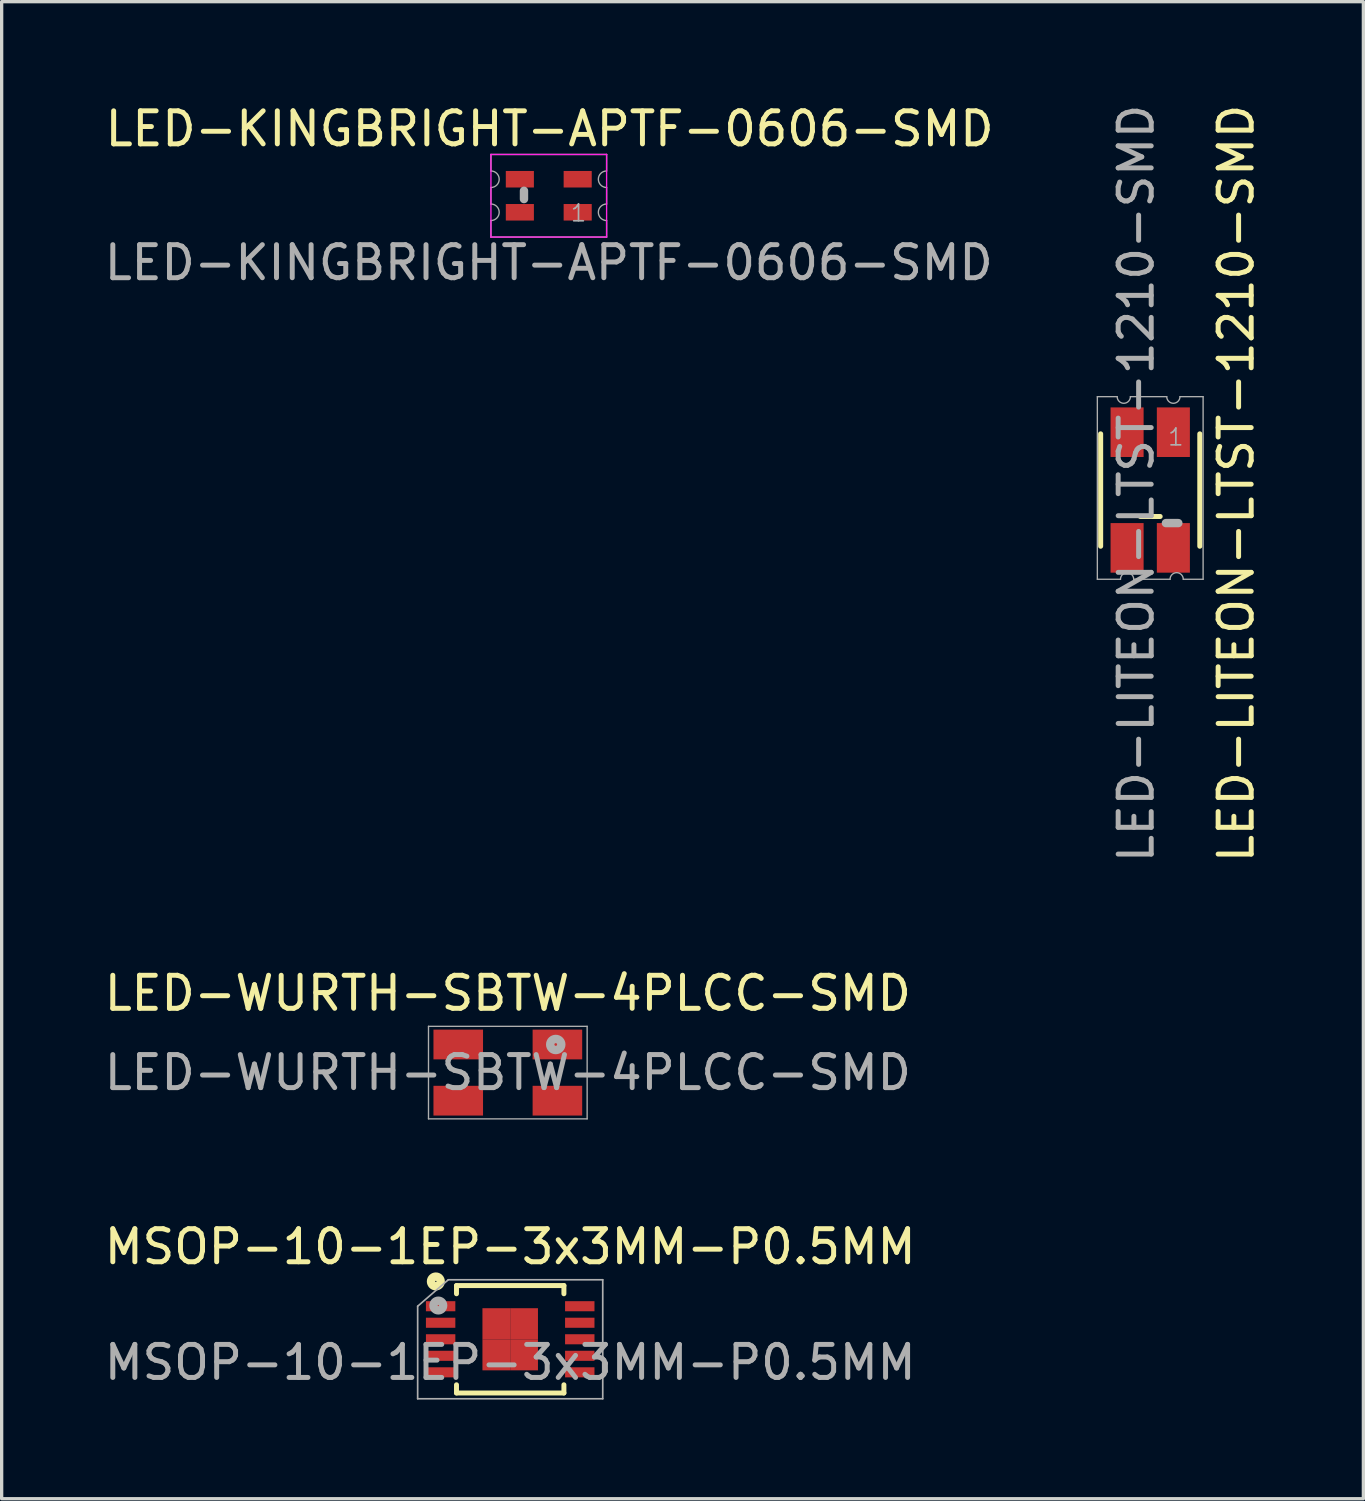
<source format=kicad_pcb>
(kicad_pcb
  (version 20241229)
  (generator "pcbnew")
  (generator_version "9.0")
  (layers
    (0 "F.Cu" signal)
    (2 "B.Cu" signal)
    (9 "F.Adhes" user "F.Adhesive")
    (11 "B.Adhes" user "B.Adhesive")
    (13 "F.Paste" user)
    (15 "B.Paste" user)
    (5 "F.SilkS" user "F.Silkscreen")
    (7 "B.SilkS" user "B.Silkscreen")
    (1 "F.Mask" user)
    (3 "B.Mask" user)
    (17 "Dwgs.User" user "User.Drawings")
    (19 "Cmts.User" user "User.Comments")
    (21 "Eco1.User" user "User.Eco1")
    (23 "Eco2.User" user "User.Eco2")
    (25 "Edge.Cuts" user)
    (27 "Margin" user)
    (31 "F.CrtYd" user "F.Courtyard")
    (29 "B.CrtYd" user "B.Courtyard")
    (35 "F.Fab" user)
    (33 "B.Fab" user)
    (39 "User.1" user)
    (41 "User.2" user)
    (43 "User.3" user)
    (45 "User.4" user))
  (footprint "LED-WURTH-SBTW-4PLCC-SMD"
    (layer "F.Cu")
    (at 12.315 29.403)
    (property "Reference" "LED-WURTH-SBTW-4PLCC-SMD" (at 0 0 0) (layer "F.Fab") (effects (font (size 1 1) (thickness 0.15))))
    (attr smd)
    (fp_line (start -2.4 -1.4) (end -2.4 1.4) (stroke (width 0.041) (type solid)) (layer "F.Fab"))
    (fp_line (start 2.4 -1.4) (end -2.4 -1.4) (stroke (width 0.041) (type solid)) (layer "F.Fab"))
    (fp_line (start 2.4 -1.4) (end 2.4 1.4) (stroke (width 0.041) (type solid)) (layer "F.Fab"))
    (fp_line (start 2.4 1.4) (end -2.4 1.4) (stroke (width 0.041) (type solid)) (layer "F.Fab"))
    (fp_circle (center 1.45 -0.85) (end 1.6 -0.775) (stroke (width 0.254) (type solid)) (fill no) (layer "F.Fab"))
    (fp_text user "${REFERENCE}" (at 0 -2.4 0) (layer "F.SilkS") (effects (font (size 1 1) (thickness 0.15))))
    (pad "1" smd rect (at 1.5 -0.85) (size 1.5 0.9) (layers "F.Cu" "F.Mask" "F.Paste"))
    (pad "2" smd rect (at 1.5 0.85) (size 1.5 0.9) (layers "F.Cu" "F.Mask" "F.Paste"))
    (pad "3" smd rect (at -1.5 -0.85) (size 1.5 0.9) (layers "F.Cu" "F.Mask" "F.Paste"))
    (pad "4" smd rect (at -1.5 0.85) (size 1.5 0.9) (layers "F.Cu" "F.Mask" "F.Paste")))
  (footprint "LED-KINGBRIGHT-APTF-0606-SMD"
    (layer "F.Cu")
    (at 13.554 2.873)
    (property "Reference" "LED-KINGBRIGHT-APTF-0606-SMD" (at 0 2.025 180) (layer "F.Fab") (effects (font (size 1 1) (thickness 0.15))))
    (attr smd)
    (fp_line (start -1.75 -1.25) (end 1.75 -1.25) (stroke (width 0.041) (type solid)) (layer "F.CrtYd"))
    (fp_line (start -1.75 1.25) (end -1.75 -1.25) (stroke (width 0.041) (type solid)) (layer "F.CrtYd"))
    (fp_line (start 1.75 -1.25) (end 1.75 1.25) (stroke (width 0.041) (type solid)) (layer "F.CrtYd"))
    (fp_line (start 1.75 1.25) (end -1.75 1.25) (stroke (width 0.041) (type solid)) (layer "F.CrtYd"))
    (fp_line (start -1.75 -1.25) (end -1.75 -0.75) (stroke (width 0.041) (type solid)) (layer "F.Fab"))
    (fp_line (start -1.75 -0.25) (end -1.75 0.25) (stroke (width 0.041) (type solid)) (layer "F.Fab"))
    (fp_line (start -1.75 0.75) (end -1.75 1.25) (stroke (width 0.041) (type solid)) (layer "F.Fab"))
    (fp_line (start -1.75 1.25) (end 1.75 1.25) (stroke (width 0.041) (type solid)) (layer "F.Fab"))
    (fp_line (start -0.75 -0.15) (end -0.75 0.1) (stroke (width 0.254) (type solid)) (layer "F.Fab"))
    (fp_line (start 1.75 -1.25) (end -1.75 -1.25) (stroke (width 0.041) (type solid)) (layer "F.Fab"))
    (fp_line (start 1.75 -0.75) (end 1.75 -1.25) (stroke (width 0.041) (type solid)) (layer "F.Fab"))
    (fp_line (start 1.75 0.25) (end 1.75 -0.25) (stroke (width 0.041) (type solid)) (layer "F.Fab"))
    (fp_line (start 1.75 1.25) (end 1.75 0.75) (stroke (width 0.041) (type solid)) (layer "F.Fab"))
    (fp_arc (start -1.75 -0.75) (mid -1.5 -0.5) (end -1.75 -0.25) (stroke (width 0.04064) (type solid)) (layer "F.Fab"))
    (fp_arc (start -1.75 0.25) (mid -1.5 0.5) (end -1.75 0.75) (stroke (width 0.04064) (type solid)) (layer "F.Fab"))
    (fp_arc (start 1.75 -0.25) (mid 1.5 -0.5) (end 1.75 -0.75) (stroke (width 0.04064) (type solid)) (layer "F.Fab"))
    (fp_arc (start 1.75 0.75) (mid 1.5 0.5) (end 1.75 0.25) (stroke (width 0.04064) (type solid)) (layer "F.Fab"))
    (fp_text user "${REFERENCE}" (at 0.025 -2.025 0) (layer "F.SilkS") (effects (font (size 1 1) (thickness 0.15))))
    (fp_text user "1" (at 0.9 0.525 0) (layer "F.Fab") (effects (font (size 0.508 0.508) (thickness 0.051))))
    (pad "1" smd rect (at 0.875 0.5) (size 0.85 0.5) (layers "F.Cu" "F.Mask" "F.Paste"))
    (pad "2" smd rect (at -0.875 0.5) (size 0.85 0.5) (layers "F.Cu" "F.Mask" "F.Paste"))
    (pad "3" smd rect (at -0.875 -0.5) (size 0.85 0.5) (layers "F.Cu" "F.Mask" "F.Paste"))
    (pad "4" smd rect (at 0.875 -0.5) (size 0.85 0.5) (layers "F.Cu" "F.Mask" "F.Paste")))
  (footprint "LED-LITEON-LTST-1210-SMD"
    (layer "F.Cu")
    (at 31.752 11.777)
    (property "Reference" "LED-LITEON-LTST-1210-SMD" (at -0.425 -0.2 270) (layer "F.Fab") (effects (font (size 1 1) (thickness 0.15))))
    (attr smd)
    (fp_line (start -1.5 -1.7) (end -1.5 1.7) (stroke (width 0.152) (type solid)) (layer "F.SilkS"))
    (fp_line (start 0.3 0.8) (end -0.3 0.8) (stroke (width 0.152) (type solid)) (layer "F.SilkS"))
    (fp_line (start 1.5 -1.7) (end 1.5 1.7) (stroke (width 0.152) (type solid)) (layer "F.SilkS"))
    (fp_line (start -1.6 -2.825) (end -1 -2.825) (stroke (width 0.041) (type solid)) (layer "F.Fab"))
    (fp_line (start -1.6 2.7) (end -1.6 -2.825) (stroke (width 0.041) (type solid)) (layer "F.Fab"))
    (fp_line (start -1.6 2.7) (end -0.9 2.7) (stroke (width 0.041) (type solid)) (layer "F.Fab"))
    (fp_line (start -0.5 2.7) (end 0.6 2.7) (stroke (width 0.041) (type solid)) (layer "F.Fab"))
    (fp_line (start 0.475 1) (end 0.85 1) (stroke (width 0.254) (type solid)) (layer "F.Fab"))
    (fp_line (start 0.5 -2.825) (end -0.6 -2.825) (stroke (width 0.041) (type solid)) (layer "F.Fab"))
    (fp_line (start 1.6 -2.825) (end 0.9 -2.825) (stroke (width 0.041) (type solid)) (layer "F.Fab"))
    (fp_line (start 1.6 -2.825) (end 1.6 2.7) (stroke (width 0.041) (type solid)) (layer "F.Fab"))
    (fp_line (start 1.6 2.7) (end 1 2.7) (stroke (width 0.041) (type solid)) (layer "F.Fab"))
    (fp_arc (start -0.9 2.7) (mid -0.7 2.5) (end -0.5 2.7) (stroke (width 0.04064) (type solid)) (layer "F.Fab"))
    (fp_arc (start -0.6 -2.825) (mid -0.8 -2.625) (end -1 -2.825) (stroke (width 0.04064) (type solid)) (layer "F.Fab"))
    (fp_arc (start 0.6 2.7) (mid 0.8 2.5) (end 1 2.7) (stroke (width 0.04064) (type solid)) (layer "F.Fab"))
    (fp_arc (start 0.9 -2.825) (mid 0.7 -2.625) (end 0.5 -2.825) (stroke (width 0.04064) (type solid)) (layer "F.Fab"))
    (fp_text user "${REFERENCE}" (at 2.6 -0.2 90) (layer "F.SilkS") (effects (font (size 1 1) (thickness 0.15))))
    (fp_text user "1" (at 0.775 -1.6 0) (layer "F.Fab") (effects (font (size 0.508 0.508) (thickness 0.051))))
    (pad "1" smd rect (at 0.7 -1.75) (size 1 1.5) (layers "F.Cu" "F.Mask" "F.Paste"))
    (pad "2" smd rect (at -0.7 -1.75) (size 1 1.5) (layers "F.Cu" "F.Mask" "F.Paste"))
    (pad "3" smd rect (at 0.7 1.75) (size 1 1.5) (layers "F.Cu" "F.Mask" "F.Paste"))
    (pad "4" smd rect (at -0.7 1.75) (size 1 1.5) (layers "F.Cu" "F.Mask" "F.Paste")))
  (footprint "MSOP-10-1EP-3x3MM-P0.5MM"
    (layer "F.Cu")
    (at 12.387 37.472)
    (property "Reference" "MSOP-10-1EP-3x3MM-P0.5MM" (at 0 0.7 0) (layer "F.Fab") (effects (font (size 1 1) (thickness 0.15))))
    (attr smd)
    (fp_line (start -1.625 -1.625) (end -1.625 -1.377) (stroke (width 0.15) (type solid)) (layer "F.SilkS"))
    (fp_line (start -1.625 -1.625) (end 1.625 -1.625) (stroke (width 0.15) (type solid)) (layer "F.SilkS"))
    (fp_line (start -1.625 1.625) (end -1.625 1.377) (stroke (width 0.15) (type solid)) (layer "F.SilkS"))
    (fp_line (start -1.625 1.625) (end 1.625 1.625) (stroke (width 0.15) (type solid)) (layer "F.SilkS"))
    (fp_line (start 1.625 -1.625) (end 1.625 -1.377) (stroke (width 0.15) (type solid)) (layer "F.SilkS"))
    (fp_line (start 1.625 1.625) (end 1.625 1.377) (stroke (width 0.15) (type solid)) (layer "F.SilkS"))
    (fp_circle (center -2.25 -1.75) (end -2.175 -1.625) (stroke (width 0.254) (type solid)) (fill no) (layer "F.SilkS"))
    (fp_line (start -2.8 -1) (end -2.8 1.8) (stroke (width 0.051) (type solid)) (layer "F.Fab"))
    (fp_line (start -2.8 -1) (end -1.875 -1.8) (stroke (width 0.05) (type solid)) (layer "F.Fab"))
    (fp_line (start -2.8 1.8) (end 2.8 1.8) (stroke (width 0.051) (type solid)) (layer "F.Fab"))
    (fp_line (start 2.8 -1.8) (end -1.875 -1.8) (stroke (width 0.051) (type solid)) (layer "F.Fab"))
    (fp_line (start 2.8 1.8) (end 2.8 -1.8) (stroke (width 0.051) (type solid)) (layer "F.Fab"))
    (fp_circle (center -2.175 -1.021) (end -2.1 -0.896) (stroke (width 0.254) (type solid)) (fill no) (layer "F.Fab"))
    (fp_text user "${REFERENCE}" (at 0 -2.8 0) (layer "F.SilkS") (effects (font (size 1 1) (thickness 0.15))))
    (pad "1" smd rect (at -2.105 -1) (size 0.89 0.305) (layers "F.Cu" "F.Mask" "F.Paste"))
    (pad "2" smd rect (at -2.105 -0.5) (size 0.89 0.305) (layers "F.Cu" "F.Mask" "F.Paste"))
    (pad "3" smd rect (at -2.105 0) (size 0.89 0.305) (layers "F.Cu" "F.Mask" "F.Paste"))
    (pad "4" smd rect (at -2.105 0.5) (size 0.89 0.305) (layers "F.Cu" "F.Mask" "F.Paste"))
    (pad "5" smd rect (at -2.105 1) (size 0.89 0.305) (layers "F.Cu" "F.Mask" "F.Paste"))
    (pad "6" smd rect (at 2.105 1) (size 0.89 0.305) (layers "F.Cu" "F.Mask" "F.Paste"))
    (pad "7" smd rect (at 2.105 0.5) (size 0.89 0.305) (layers "F.Cu" "F.Mask" "F.Paste"))
    (pad "8" smd rect (at 2.105 0) (size 0.89 0.305) (layers "F.Cu" "F.Mask" "F.Paste"))
    (pad "9" smd rect (at 2.105 -0.5) (size 0.89 0.305) (layers "F.Cu" "F.Mask" "F.Paste"))
    (pad "10" smd rect (at 2.105 -1) (size 0.89 0.305) (layers "F.Cu" "F.Mask" "F.Paste"))
    (pad "11" smd rect (at -0.42 -0.47) (size 0.84 0.94) (layers "F.Cu" "F.Mask" "F.Paste"))
    (pad "11" smd rect (at -0.42 0.47) (size 0.84 0.94) (layers "F.Cu" "F.Mask" "F.Paste"))
    (pad "11" smd rect (at 0.42 -0.47) (size 0.84 0.94) (layers "F.Cu" "F.Mask" "F.Paste"))
    (pad "11" smd rect (at 0.42 0.47) (size 0.84 0.94) (layers "F.Cu" "F.Mask" "F.Paste")))
  (gr_rect
    (start -3 -3)
    (end 38.201 42.297)
    (stroke (width 0.1) (type default))
    (fill no)
    (layer "Edge.Cuts")))
</source>
